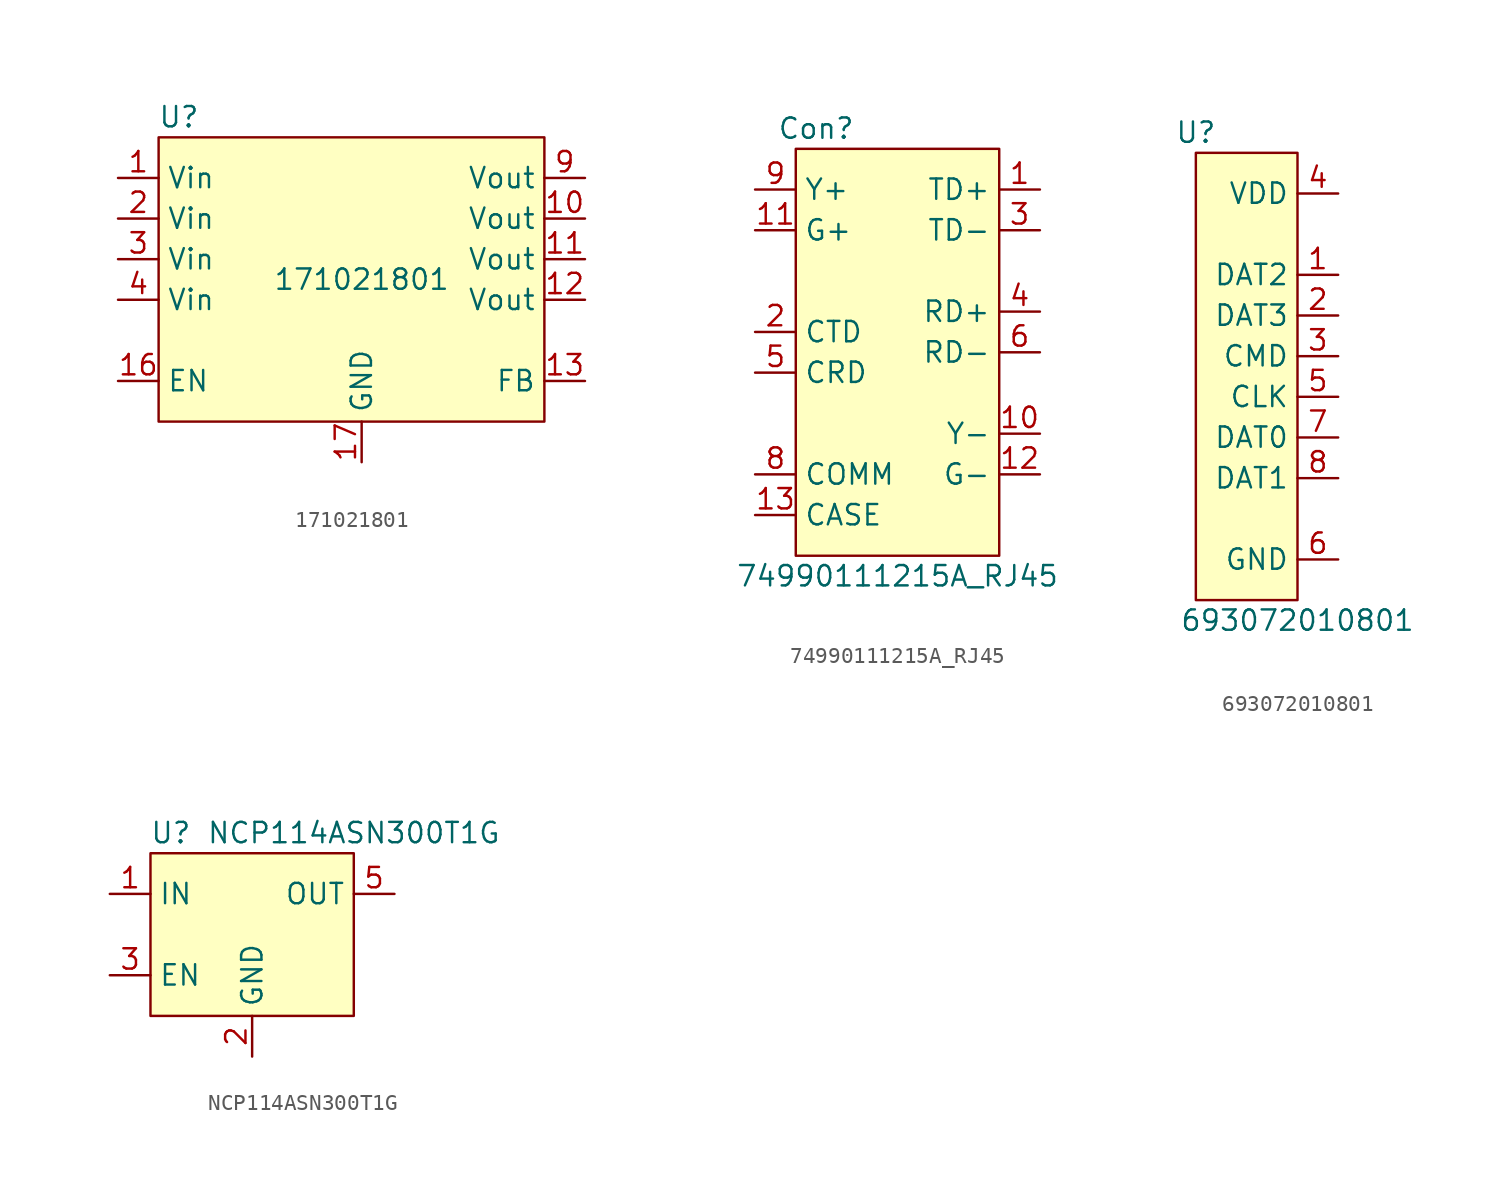
<source format=kicad_sym>
(kicad_symbol_lib
  (version 20211014)
  (generator kicad_symbol_editor)
  (symbol "171021801"
    (property "Reference" "U"
      (at 1.27 3.81 0)
      (effects (font (size 1.27 1.27))))
    (property "Value" "171021801"
      (at 12.7 -6.35 0)
      (effects (font (size 1.27 1.27))))
    (symbol "171021801_0_1"
      (rectangle (start 0 2.54) (end 24.13 -15.24) (stroke (width 0) (type default) (color 0 0 0 0)) (fill (type background))))
    (symbol "171021801_1_1"
      (pin input line (at -2.54 0 0) (length 2.54) (name "Vin" (effects (font (size 1.27 1.27)))) (number "1" (effects (font (size 1.27 1.27)))))
      (pin input line (at 26.67 -2.54 180) (length 2.54) (name "Vout" (effects (font (size 1.27 1.27)))) (number "10" (effects (font (size 1.27 1.27)))))
      (pin input line (at 26.67 -5.08 180) (length 2.54) (name "Vout" (effects (font (size 1.27 1.27)))) (number "11" (effects (font (size 1.27 1.27)))))
      (pin input line (at 26.67 -7.62 180) (length 2.54) (name "Vout" (effects (font (size 1.27 1.27)))) (number "12" (effects (font (size 1.27 1.27)))))
      (pin input line (at 26.67 -12.7 180) (length 2.54) (name "FB" (effects (font (size 1.27 1.27)))) (number "13" (effects (font (size 1.27 1.27)))))
      (pin input line (at -2.54 -12.7 0) (length 2.54) (name "EN" (effects (font (size 1.27 1.27)))) (number "16" (effects (font (size 1.27 1.27)))))
      (pin input line (at 12.7 -17.78 90) (length 2.54) (name "GND" (effects (font (size 1.27 1.27)))) (number "17" (effects (font (size 1.27 1.27)))))
      (pin input line (at -2.54 -2.54 0) (length 2.54) (name "Vin" (effects (font (size 1.27 1.27)))) (number "2" (effects (font (size 1.27 1.27)))))
      (pin input line (at -2.54 -5.08 0) (length 2.54) (name "Vin" (effects (font (size 1.27 1.27)))) (number "3" (effects (font (size 1.27 1.27)))))
      (pin input line (at -2.54 -7.62 0) (length 2.54) (name "Vin" (effects (font (size 1.27 1.27)))) (number "4" (effects (font (size 1.27 1.27)))))
      (pin input line (at 26.67 0 180) (length 2.54) (name "Vout" (effects (font (size 1.27 1.27)))) (number "9" (effects (font (size 1.27 1.27)))))))
  (symbol "74990111215A_RJ45"
    (property "Reference" "Con"
      (at -11.43 3.81 0)
      (effects (font (size 1.27 1.27))))
    (property "Value" "74990111215A_RJ45"
      (at -6.35 -24.13 0)
      (effects (font (size 1.27 1.27))))
    (symbol "74990111215A_RJ45_0_1"
      (rectangle (start -12.7 2.54) (end 0 -22.86) (stroke (width 0) (type default) (color 0 0 0 0)) (fill (type background))))
    (symbol "74990111215A_RJ45_1_1"
      (pin input line (at 2.54 0 180) (length 2.54) (name "TD+" (effects (font (size 1.27 1.27)))) (number "1" (effects (font (size 1.27 1.27)))))
      (pin input line (at 2.54 -15.24 180) (length 2.54) (name "Y-" (effects (font (size 1.27 1.27)))) (number "10" (effects (font (size 1.27 1.27)))))
      (pin input line (at -15.24 -2.54 0) (length 2.54) (name "G+" (effects (font (size 1.27 1.27)))) (number "11" (effects (font (size 1.27 1.27)))))
      (pin input line (at 2.54 -17.78 180) (length 2.54) (name "G-" (effects (font (size 1.27 1.27)))) (number "12" (effects (font (size 1.27 1.27)))))
      (pin input line (at -15.24 -20.32 0) (length 2.54) (name "CASE" (effects (font (size 1.27 1.27)))) (number "13" (effects (font (size 1.27 1.27)))))
      (pin input line (at -15.24 -8.89 0) (length 2.54) (name "CTD" (effects (font (size 1.27 1.27)))) (number "2" (effects (font (size 1.27 1.27)))))
      (pin input line (at 2.54 -2.54 180) (length 2.54) (name "TD-" (effects (font (size 1.27 1.27)))) (number "3" (effects (font (size 1.27 1.27)))))
      (pin input line (at 2.54 -7.62 180) (length 2.54) (name "RD+" (effects (font (size 1.27 1.27)))) (number "4" (effects (font (size 1.27 1.27)))))
      (pin input line (at -15.24 -11.43 0) (length 2.54) (name "CRD" (effects (font (size 1.27 1.27)))) (number "5" (effects (font (size 1.27 1.27)))))
      (pin input line (at 2.54 -10.16 180) (length 2.54) (name "RD-" (effects (font (size 1.27 1.27)))) (number "6" (effects (font (size 1.27 1.27)))))
      (pin input line (at -15.24 -17.78 0) (length 2.54) (name "COMM" (effects (font (size 1.27 1.27)))) (number "8" (effects (font (size 1.27 1.27)))))
      (pin input line (at -15.24 0 0) (length 2.54) (name "Y+" (effects (font (size 1.27 1.27)))) (number "9" (effects (font (size 1.27 1.27)))))))
  (symbol "693072010801"
    (property "Reference" "U"
      (at -6.35 3.81 0)
      (effects (font (size 1.27 1.27))))
    (property "Value" "693072010801"
      (at 0 -26.67 0)
      (effects (font (size 1.27 1.27))))
    (symbol "693072010801_0_1"
      (rectangle (start 0 2.54) (end -6.35 -25.4) (stroke (width 0) (type default) (color 0 0 0 0)) (fill (type background))))
    (symbol "693072010801_1_1"
      (pin input line (at 2.54 -5.08 180) (length 2.54) (name "DAT2" (effects (font (size 1.27 1.27)))) (number "1" (effects (font (size 1.27 1.27)))))
      (pin input line (at 2.54 -7.62 180) (length 2.54) (name "DAT3" (effects (font (size 1.27 1.27)))) (number "2" (effects (font (size 1.27 1.27)))))
      (pin input line (at 2.54 -10.16 180) (length 2.54) (name "CMD" (effects (font (size 1.27 1.27)))) (number "3" (effects (font (size 1.27 1.27)))))
      (pin input line (at 2.54 0 180) (length 2.54) (name "VDD" (effects (font (size 1.27 1.27)))) (number "4" (effects (font (size 1.27 1.27)))))
      (pin input line (at 2.54 -12.7 180) (length 2.54) (name "CLK" (effects (font (size 1.27 1.27)))) (number "5" (effects (font (size 1.27 1.27)))))
      (pin input line (at 2.54 -22.86 180) (length 2.54) (name "GND" (effects (font (size 1.27 1.27)))) (number "6" (effects (font (size 1.27 1.27)))))
      (pin input line (at 2.54 -15.24 180) (length 2.54) (name "DAT0" (effects (font (size 1.27 1.27)))) (number "7" (effects (font (size 1.27 1.27)))))
      (pin input line (at 2.54 -17.78 180) (length 2.54) (name "DAT1" (effects (font (size 1.27 1.27)))) (number "8" (effects (font (size 1.27 1.27)))))))
  (symbol "NCP114ASN300T1G"
    (property "Reference" "U"
      (at 1.27 3.81 0)
      (effects (font (size 1.27 1.27))))
    (property "Value" "NCP114ASN300T1G"
      (at 12.7 3.81 0)
      (effects (font (size 1.27 1.27))))
    (symbol "NCP114ASN300T1G_0_1"
      (rectangle (start 0 2.54) (end 12.7 -7.62) (stroke (width 0) (type default) (color 0 0 0 0)) (fill (type background))))
    (symbol "NCP114ASN300T1G_1_1"
      (pin input line (at -2.54 0 0) (length 2.54) (name "IN" (effects (font (size 1.27 1.27)))) (number "1" (effects (font (size 1.27 1.27)))))
      (pin input line (at 6.35 -10.16 90) (length 2.54) (name "GND" (effects (font (size 1.27 1.27)))) (number "2" (effects (font (size 1.27 1.27)))))
      (pin input line (at -2.54 -5.08 0) (length 2.54) (name "EN" (effects (font (size 1.27 1.27)))) (number "3" (effects (font (size 1.27 1.27)))))
      (pin input line (at 15.24 0 180) (length 2.54) (name "OUT" (effects (font (size 1.27 1.27)))) (number "5" (effects (font (size 1.27 1.27))))))))
</source>
